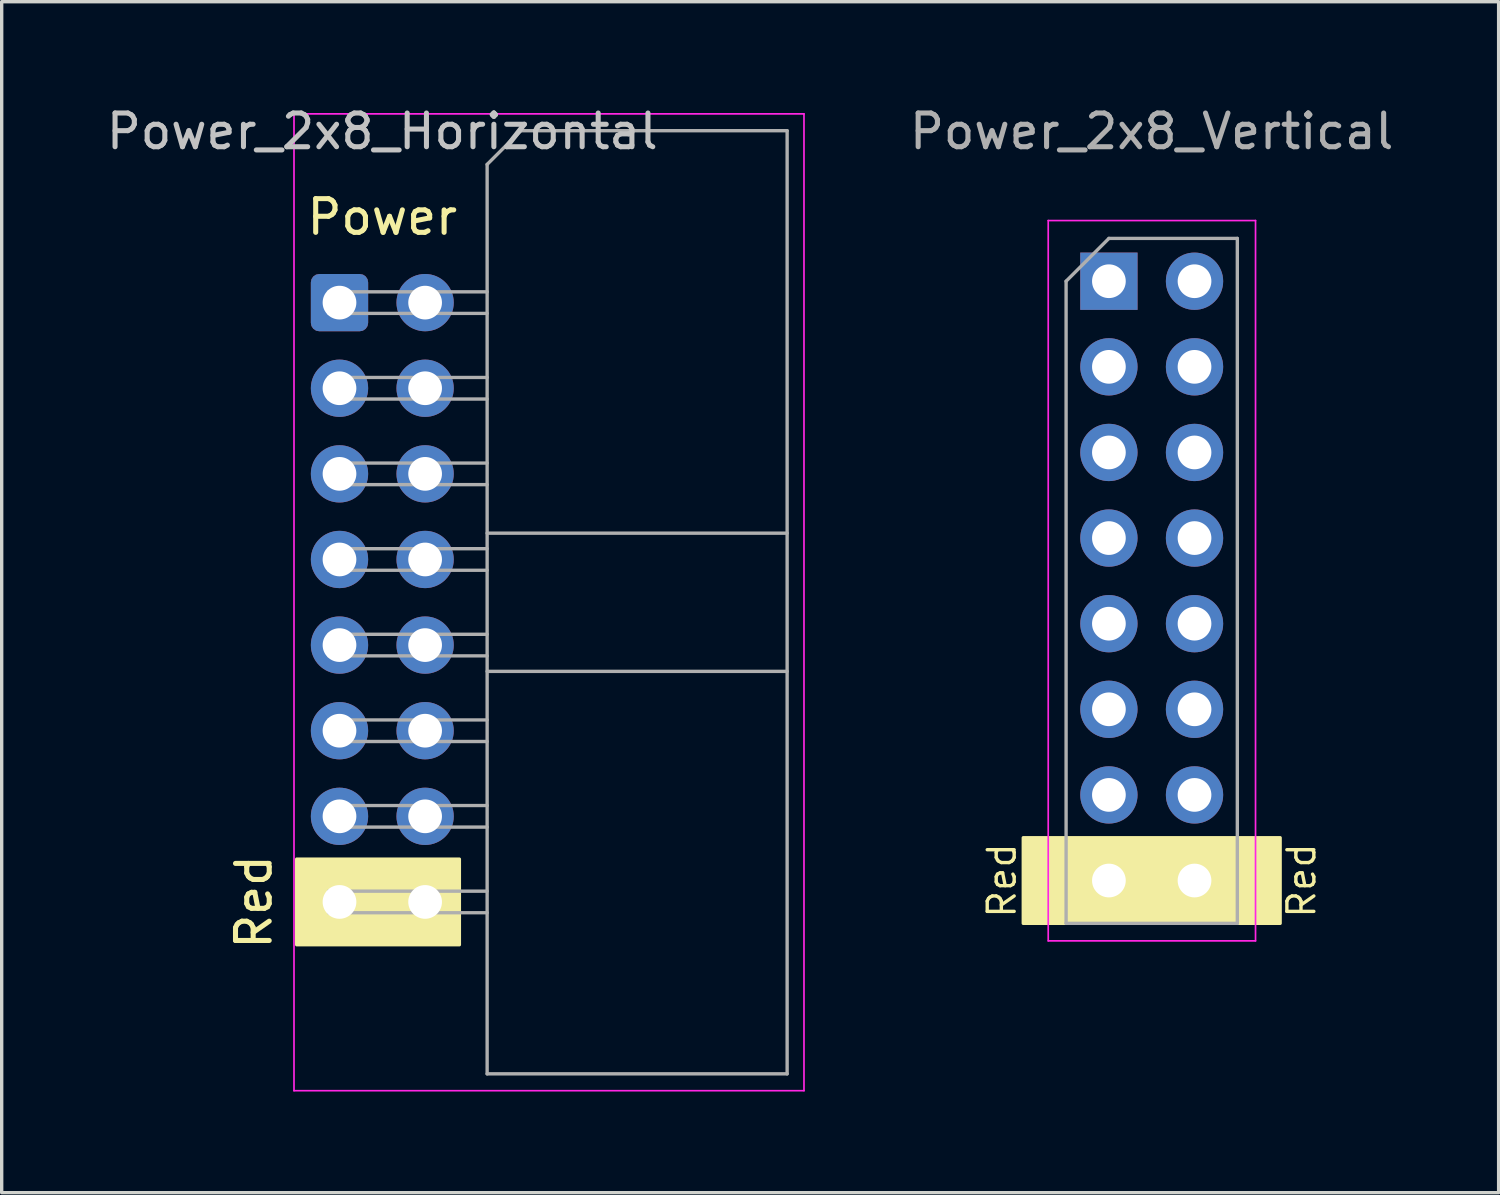
<source format=kicad_pcb>
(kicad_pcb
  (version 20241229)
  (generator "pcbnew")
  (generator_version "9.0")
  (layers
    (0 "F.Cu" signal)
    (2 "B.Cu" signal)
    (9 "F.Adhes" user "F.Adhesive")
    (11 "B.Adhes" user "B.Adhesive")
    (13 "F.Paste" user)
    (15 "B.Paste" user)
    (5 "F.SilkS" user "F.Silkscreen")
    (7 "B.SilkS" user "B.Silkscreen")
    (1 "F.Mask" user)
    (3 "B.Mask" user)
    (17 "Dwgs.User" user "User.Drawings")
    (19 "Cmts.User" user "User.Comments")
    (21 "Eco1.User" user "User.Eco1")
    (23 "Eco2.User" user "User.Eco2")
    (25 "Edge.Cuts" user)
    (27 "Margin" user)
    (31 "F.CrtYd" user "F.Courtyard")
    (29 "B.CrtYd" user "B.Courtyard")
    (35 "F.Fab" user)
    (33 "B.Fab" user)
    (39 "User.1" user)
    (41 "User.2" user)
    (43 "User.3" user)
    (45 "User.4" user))
  (footprint "Power_2x8_Vertical"
    (layer "F.Cu")
    (at 29.848 5.293)
    (property "Reference" "Power_2x8_Vertical" (at 1.27 -4.445 0) (layer "F.Fab") (effects (font (size 1 1) (thickness 0.15))))
    (attr through_hole)
    (fp_poly (pts (xy 5.08 19.05) (xy -2.54 19.05) (xy -2.54 16.51) (xy 5.08 16.51)) (stroke (width 0.1) (type solid)) (fill yes) (layer "F.SilkS"))
    (fp_line (start -1.8 -1.8) (end -1.8 19.57) (stroke (width 0.05) (type solid)) (layer "F.CrtYd"))
    (fp_line (start -1.8 19.57) (end 4.35 19.57) (stroke (width 0.05) (type solid)) (layer "F.CrtYd"))
    (fp_line (start 4.35 -1.8) (end -1.8 -1.8) (stroke (width 0.05) (type solid)) (layer "F.CrtYd"))
    (fp_line (start 4.35 19.57) (end 4.35 -1.8) (stroke (width 0.05) (type solid)) (layer "F.CrtYd"))
    (fp_line (start -1.27 0) (end 0 -1.27) (stroke (width 0.1) (type solid)) (layer "F.Fab"))
    (fp_line (start -1.27 19.05) (end -1.27 0) (stroke (width 0.1) (type solid)) (layer "F.Fab"))
    (fp_line (start 0 -1.27) (end 3.81 -1.27) (stroke (width 0.1) (type solid)) (layer "F.Fab"))
    (fp_line (start 3.81 -1.27) (end 3.81 19.05) (stroke (width 0.1) (type solid)) (layer "F.Fab"))
    (fp_line (start 3.81 19.05) (end -1.27 19.05) (stroke (width 0.1) (type solid)) (layer "F.Fab"))
    (fp_text user "Red" (at 5.715 17.78 90) (layer "F.SilkS") (effects (font (size 0.8 0.8) (thickness 0.1))))
    (fp_text user "Red" (at -3.175 17.78 90) (layer "F.SilkS") (effects (font (size 0.8 0.8) (thickness 0.1))))
    (pad "" thru_hole rect (at 0 0) (size 1.7 1.7) (drill 1) (layers "*.Cu" "*.Mask"))
    (pad "" thru_hole oval (at 0 2.54) (size 1.7 1.7) (drill 1) (layers "*.Cu" "*.Mask"))
    (pad "" thru_hole oval (at 2.54 0) (size 1.7 1.7) (drill 1) (layers "*.Cu" "*.Mask"))
    (pad "" thru_hole oval (at 2.54 2.54) (size 1.7 1.7) (drill 1) (layers "*.Cu" "*.Mask"))
    (pad "+5V" thru_hole oval (at 0 5.08) (size 1.7 1.7) (drill 1) (layers "*.Cu" "*.Mask"))
    (pad "+5V" thru_hole oval (at 2.54 5.08) (size 1.7 1.7) (drill 1) (layers "*.Cu" "*.Mask"))
    (pad "+12V" thru_hole oval (at 0 7.62) (size 1.7 1.7) (drill 1) (layers "*.Cu" "*.Mask"))
    (pad "+12V" thru_hole oval (at 2.54 7.62) (size 1.7 1.7) (drill 1) (layers "*.Cu" "*.Mask"))
    (pad "-12V" thru_hole oval (at 0 17.78) (size 1.7 1.7) (drill 1) (layers "*.Cu" "*.Mask"))
    (pad "-12V" thru_hole oval (at 2.54 17.78) (size 1.7 1.7) (drill 1) (layers "*.Cu" "*.Mask"))
    (pad "GND" thru_hole oval (at 0 10.16) (size 1.7 1.7) (drill 1) (layers "*.Cu" "*.Mask"))
    (pad "GND" thru_hole oval (at 0 12.7) (size 1.7 1.7) (drill 1) (layers "*.Cu" "*.Mask"))
    (pad "GND" thru_hole oval (at 0 15.24) (size 1.7 1.7) (drill 1) (layers "*.Cu" "*.Mask"))
    (pad "GND" thru_hole oval (at 2.54 10.16) (size 1.7 1.7) (drill 1) (layers "*.Cu" "*.Mask"))
    (pad "GND" thru_hole oval (at 2.54 12.7) (size 1.7 1.7) (drill 1) (layers "*.Cu" "*.Mask"))
    (pad "GND" thru_hole oval (at 2.54 15.24) (size 1.7 1.7) (drill 1) (layers "*.Cu" "*.Mask")))
  (footprint "Power_2x8_Horizontal"
    (layer "F.Cu")
    (at 7.022 5.928)
    (property "Reference" "Power_2x8_Horizontal" (at 1.27 -5.08 0) (layer "Dwgs.User") (effects (font (size 1 1) (thickness 0.15))))
    (attr through_hole)
    (fp_poly (pts (xy 3.556 19.05) (xy -1.27 19.05) (xy -1.27 16.51) (xy 3.556 16.51)) (stroke (width 0.1) (type solid)) (fill yes) (layer "F.SilkS"))
    (fp_line (start -1.35 -5.6) (end -1.35 23.38) (stroke (width 0.05) (type solid)) (layer "F.CrtYd"))
    (fp_line (start -1.35 23.38) (end 13.78 23.38) (stroke (width 0.05) (type solid)) (layer "F.CrtYd"))
    (fp_line (start 13.78 -5.6) (end -1.35 -5.6) (stroke (width 0.05) (type solid)) (layer "F.CrtYd"))
    (fp_line (start 13.78 23.38) (end 13.78 -5.6) (stroke (width 0.05) (type solid)) (layer "F.CrtYd"))
    (fp_line (start -0.32 -0.32) (end -0.32 0.32) (stroke (width 0.1) (type solid)) (layer "F.Fab"))
    (fp_line (start -0.32 0.32) (end 4.38 0.32) (stroke (width 0.1) (type solid)) (layer "F.Fab"))
    (fp_line (start -0.32 2.22) (end -0.32 2.86) (stroke (width 0.1) (type solid)) (layer "F.Fab"))
    (fp_line (start -0.32 2.86) (end 4.38 2.86) (stroke (width 0.1) (type solid)) (layer "F.Fab"))
    (fp_line (start -0.32 4.76) (end -0.32 5.4) (stroke (width 0.1) (type solid)) (layer "F.Fab"))
    (fp_line (start -0.32 5.4) (end 4.38 5.4) (stroke (width 0.1) (type solid)) (layer "F.Fab"))
    (fp_line (start -0.32 7.3) (end -0.32 7.94) (stroke (width 0.1) (type solid)) (layer "F.Fab"))
    (fp_line (start -0.32 7.94) (end 4.38 7.94) (stroke (width 0.1) (type solid)) (layer "F.Fab"))
    (fp_line (start -0.32 9.84) (end -0.32 10.48) (stroke (width 0.1) (type solid)) (layer "F.Fab"))
    (fp_line (start -0.32 10.48) (end 4.38 10.48) (stroke (width 0.1) (type solid)) (layer "F.Fab"))
    (fp_line (start -0.32 12.38) (end -0.32 13.02) (stroke (width 0.1) (type solid)) (layer "F.Fab"))
    (fp_line (start -0.32 13.02) (end 4.38 13.02) (stroke (width 0.1) (type solid)) (layer "F.Fab"))
    (fp_line (start -0.32 14.92) (end -0.32 15.56) (stroke (width 0.1) (type solid)) (layer "F.Fab"))
    (fp_line (start -0.32 15.56) (end 4.38 15.56) (stroke (width 0.1) (type solid)) (layer "F.Fab"))
    (fp_line (start -0.32 17.46) (end -0.32 18.1) (stroke (width 0.1) (type solid)) (layer "F.Fab"))
    (fp_line (start -0.32 18.1) (end 4.38 18.1) (stroke (width 0.1) (type solid)) (layer "F.Fab"))
    (fp_line (start 4.38 -4.1) (end 5.38 -5.1) (stroke (width 0.1) (type solid)) (layer "F.Fab"))
    (fp_line (start 4.38 -0.32) (end -0.32 -0.32) (stroke (width 0.1) (type solid)) (layer "F.Fab"))
    (fp_line (start 4.38 2.22) (end -0.32 2.22) (stroke (width 0.1) (type solid)) (layer "F.Fab"))
    (fp_line (start 4.38 4.76) (end -0.32 4.76) (stroke (width 0.1) (type solid)) (layer "F.Fab"))
    (fp_line (start 4.38 6.84) (end 13.28 6.84) (stroke (width 0.1) (type solid)) (layer "F.Fab"))
    (fp_line (start 4.38 7.3) (end -0.32 7.3) (stroke (width 0.1) (type solid)) (layer "F.Fab"))
    (fp_line (start 4.38 9.84) (end -0.32 9.84) (stroke (width 0.1) (type solid)) (layer "F.Fab"))
    (fp_line (start 4.38 10.94) (end 13.28 10.94) (stroke (width 0.1) (type solid)) (layer "F.Fab"))
    (fp_line (start 4.38 12.38) (end -0.32 12.38) (stroke (width 0.1) (type solid)) (layer "F.Fab"))
    (fp_line (start 4.38 14.92) (end -0.32 14.92) (stroke (width 0.1) (type solid)) (layer "F.Fab"))
    (fp_line (start 4.38 17.46) (end -0.32 17.46) (stroke (width 0.1) (type solid)) (layer "F.Fab"))
    (fp_line (start 4.38 22.88) (end 4.38 -4.1) (stroke (width 0.1) (type solid)) (layer "F.Fab"))
    (fp_line (start 5.38 -5.1) (end 13.28 -5.1) (stroke (width 0.1) (type solid)) (layer "F.Fab"))
    (fp_line (start 13.28 -5.1) (end 13.28 22.88) (stroke (width 0.1) (type solid)) (layer "F.Fab"))
    (fp_line (start 13.28 22.88) (end 4.38 22.88) (stroke (width 0.1) (type solid)) (layer "F.Fab"))
    (fp_text user "Power" (at 1.27 -2.54 180) (layer "F.SilkS") (effects (font (size 1 1) (thickness 0.15))))
    (fp_text user "Red" (at -2.54 17.78 90) (layer "F.SilkS") (effects (font (size 1 1) (thickness 0.15))))
    (pad "+5V" thru_hole circle (at 0 5.08) (size 1.7 1.7) (drill 1) (layers "*.Cu" "*.Mask"))
    (pad "+5V" thru_hole circle (at 2.54 5.08) (size 1.7 1.7) (drill 1) (layers "*.Cu" "*.Mask"))
    (pad "+12V" thru_hole circle (at 0 7.62) (size 1.7 1.7) (drill 1) (layers "*.Cu" "*.Mask"))
    (pad "+12V" thru_hole circle (at 2.54 7.62) (size 1.7 1.7) (drill 1) (layers "*.Cu" "*.Mask"))
    (pad "-12V" thru_hole circle (at 0 17.78) (size 1.7 1.7) (drill 1) (layers "*.Cu" "*.Mask"))
    (pad "-12V" thru_hole circle (at 2.54 17.78) (size 1.7 1.7) (drill 1) (layers "*.Cu" "*.Mask"))
    (pad "CV" thru_hole circle (at 0 2.54) (size 1.7 1.7) (drill 1) (layers "*.Cu" "*.Mask"))
    (pad "CV" thru_hole circle (at 2.54 2.54) (size 1.7 1.7) (drill 1) (layers "*.Cu" "*.Mask"))
    (pad "GND" thru_hole circle (at 0 10.16) (size 1.7 1.7) (drill 1) (layers "*.Cu" "*.Mask"))
    (pad "GND" thru_hole circle (at 0 12.7) (size 1.7 1.7) (drill 1) (layers "*.Cu" "*.Mask"))
    (pad "GND" thru_hole circle (at 0 15.24) (size 1.7 1.7) (drill 1) (layers "*.Cu" "*.Mask"))
    (pad "GND" thru_hole circle (at 2.54 10.16) (size 1.7 1.7) (drill 1) (layers "*.Cu" "*.Mask"))
    (pad "GND" thru_hole circle (at 2.54 12.7) (size 1.7 1.7) (drill 1) (layers "*.Cu" "*.Mask"))
    (pad "GND" thru_hole circle (at 2.54 15.24) (size 1.7 1.7) (drill 1) (layers "*.Cu" "*.Mask"))
    (pad "Gate" thru_hole roundrect (at 0 0) (size 1.7 1.7) (drill 1) (layers "*.Cu" "*.Mask") (roundrect_rratio 0.147))
    (pad "Gate" thru_hole circle (at 2.54 0) (size 1.7 1.7) (drill 1) (layers "*.Cu" "*.Mask")))
  (gr_rect
    (start -3 -3)
    (end 41.41 32.333)
    (stroke (width 0.1) (type default))
    (fill no)
    (layer "Edge.Cuts")))
</source>
